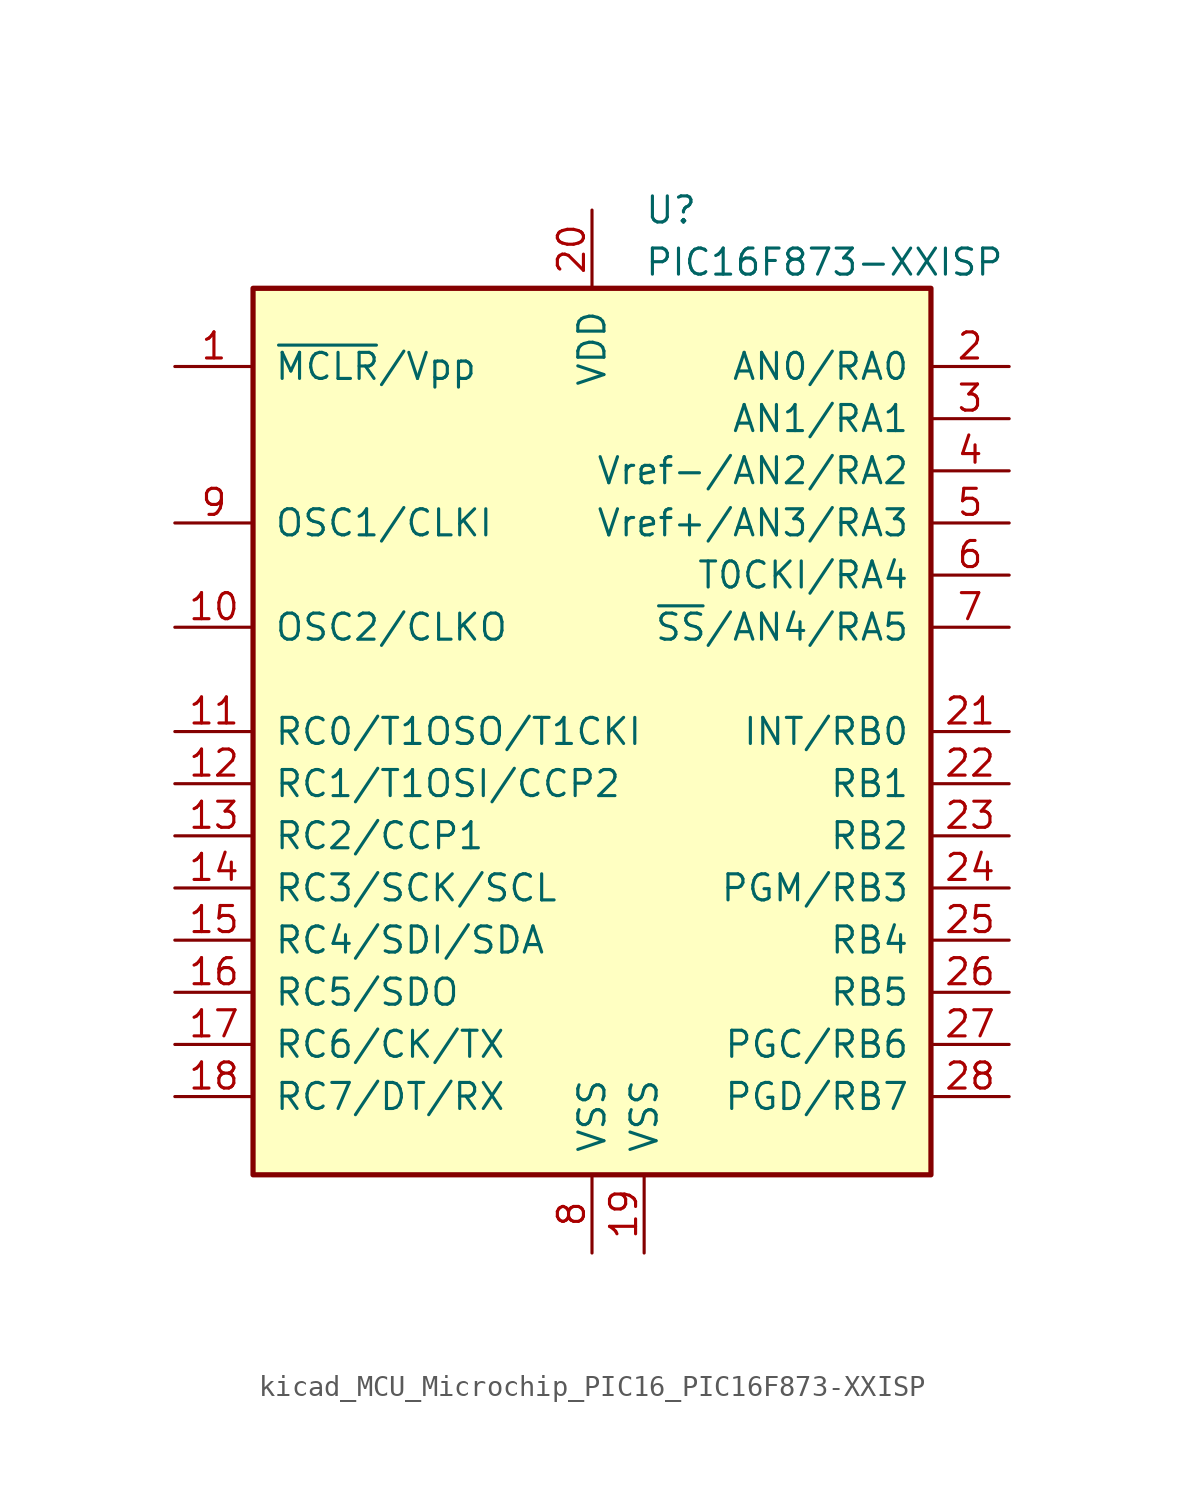
<source format=kicad_sym>
(kicad_symbol_lib
  (version 20220914)
  (generator kicad_symbol_editor)
  (symbol "kicad_MCU_Microchip_PIC16_PIC16F873-XXISP"
    (pin_names
      (offset 1.016))
    (property "Reference" "U"
      (at 2.54 25.4 0)
      (effects (font (size 1.27 1.27)) (justify left)))
    (property "Value" "PIC16F873-XXISP"
      (at 2.54 22.86 0)
      (effects (font (size 1.27 1.27)) (justify left)))
    (symbol "kicad_MCU_Microchip_PIC16_PIC16F873-XXISP_0_1"
      (rectangle (start -16.51 21.59) (end 16.51 -21.59) (stroke (width 0.254) (type default)) (fill (type background))))
    (symbol "kicad_MCU_Microchip_PIC16_PIC16F873-XXISP_1_1"
      (pin input line (at -20.32 17.78 0) (length 3.81) (name "~{MCLR}/Vpp" (effects (font (size 1.27 1.27)))) (number "1" (effects (font (size 1.27 1.27)))))
      (pin output line (at -20.32 5.08 0) (length 3.81) (name "OSC2/CLKO" (effects (font (size 1.27 1.27)))) (number "10" (effects (font (size 1.27 1.27)))))
      (pin bidirectional line (at -20.32 0 0) (length 3.81) (name "RC0/T1OSO/T1CKI" (effects (font (size 1.27 1.27)))) (number "11" (effects (font (size 1.27 1.27)))))
      (pin bidirectional line (at -20.32 -2.54 0) (length 3.81) (name "RC1/T1OSI/CCP2" (effects (font (size 1.27 1.27)))) (number "12" (effects (font (size 1.27 1.27)))))
      (pin bidirectional line (at -20.32 -5.08 0) (length 3.81) (name "RC2/CCP1" (effects (font (size 1.27 1.27)))) (number "13" (effects (font (size 1.27 1.27)))))
      (pin bidirectional line (at -20.32 -7.62 0) (length 3.81) (name "RC3/SCK/SCL" (effects (font (size 1.27 1.27)))) (number "14" (effects (font (size 1.27 1.27)))))
      (pin bidirectional line (at -20.32 -10.16 0) (length 3.81) (name "RC4/SDI/SDA" (effects (font (size 1.27 1.27)))) (number "15" (effects (font (size 1.27 1.27)))))
      (pin bidirectional line (at -20.32 -12.7 0) (length 3.81) (name "RC5/SDO" (effects (font (size 1.27 1.27)))) (number "16" (effects (font (size 1.27 1.27)))))
      (pin bidirectional line (at -20.32 -15.24 0) (length 3.81) (name "RC6/CK/TX" (effects (font (size 1.27 1.27)))) (number "17" (effects (font (size 1.27 1.27)))))
      (pin bidirectional line (at -20.32 -17.78 0) (length 3.81) (name "RC7/DT/RX" (effects (font (size 1.27 1.27)))) (number "18" (effects (font (size 1.27 1.27)))))
      (pin power_in line (at 2.54 -25.4 90) (length 3.81) (name "VSS" (effects (font (size 1.27 1.27)))) (number "19" (effects (font (size 1.27 1.27)))))
      (pin bidirectional line (at 20.32 17.78 180) (length 3.81) (name "AN0/RA0" (effects (font (size 1.27 1.27)))) (number "2" (effects (font (size 1.27 1.27)))))
      (pin power_in line (at 0 25.4 270) (length 3.81) (name "VDD" (effects (font (size 1.27 1.27)))) (number "20" (effects (font (size 1.27 1.27)))))
      (pin bidirectional line (at 20.32 0 180) (length 3.81) (name "INT/RB0" (effects (font (size 1.27 1.27)))) (number "21" (effects (font (size 1.27 1.27)))))
      (pin bidirectional line (at 20.32 -2.54 180) (length 3.81) (name "RB1" (effects (font (size 1.27 1.27)))) (number "22" (effects (font (size 1.27 1.27)))))
      (pin bidirectional line (at 20.32 -5.08 180) (length 3.81) (name "RB2" (effects (font (size 1.27 1.27)))) (number "23" (effects (font (size 1.27 1.27)))))
      (pin bidirectional line (at 20.32 -7.62 180) (length 3.81) (name "PGM/RB3" (effects (font (size 1.27 1.27)))) (number "24" (effects (font (size 1.27 1.27)))))
      (pin bidirectional line (at 20.32 -10.16 180) (length 3.81) (name "RB4" (effects (font (size 1.27 1.27)))) (number "25" (effects (font (size 1.27 1.27)))))
      (pin bidirectional line (at 20.32 -12.7 180) (length 3.81) (name "RB5" (effects (font (size 1.27 1.27)))) (number "26" (effects (font (size 1.27 1.27)))))
      (pin bidirectional line (at 20.32 -15.24 180) (length 3.81) (name "PGC/RB6" (effects (font (size 1.27 1.27)))) (number "27" (effects (font (size 1.27 1.27)))))
      (pin bidirectional line (at 20.32 -17.78 180) (length 3.81) (name "PGD/RB7" (effects (font (size 1.27 1.27)))) (number "28" (effects (font (size 1.27 1.27)))))
      (pin bidirectional line (at 20.32 15.24 180) (length 3.81) (name "AN1/RA1" (effects (font (size 1.27 1.27)))) (number "3" (effects (font (size 1.27 1.27)))))
      (pin bidirectional line (at 20.32 12.7 180) (length 3.81) (name "Vref-/AN2/RA2" (effects (font (size 1.27 1.27)))) (number "4" (effects (font (size 1.27 1.27)))))
      (pin bidirectional line (at 20.32 10.16 180) (length 3.81) (name "Vref+/AN3/RA3" (effects (font (size 1.27 1.27)))) (number "5" (effects (font (size 1.27 1.27)))))
      (pin bidirectional line (at 20.32 7.62 180) (length 3.81) (name "T0CKI/RA4" (effects (font (size 1.27 1.27)))) (number "6" (effects (font (size 1.27 1.27)))))
      (pin bidirectional line (at 20.32 5.08 180) (length 3.81) (name "~{SS}/AN4/RA5" (effects (font (size 1.27 1.27)))) (number "7" (effects (font (size 1.27 1.27)))))
      (pin power_in line (at 0 -25.4 90) (length 3.81) (name "VSS" (effects (font (size 1.27 1.27)))) (number "8" (effects (font (size 1.27 1.27)))))
      (pin input line (at -20.32 10.16 0) (length 3.81) (name "OSC1/CLKI" (effects (font (size 1.27 1.27)))) (number "9" (effects (font (size 1.27 1.27))))))))
</source>
